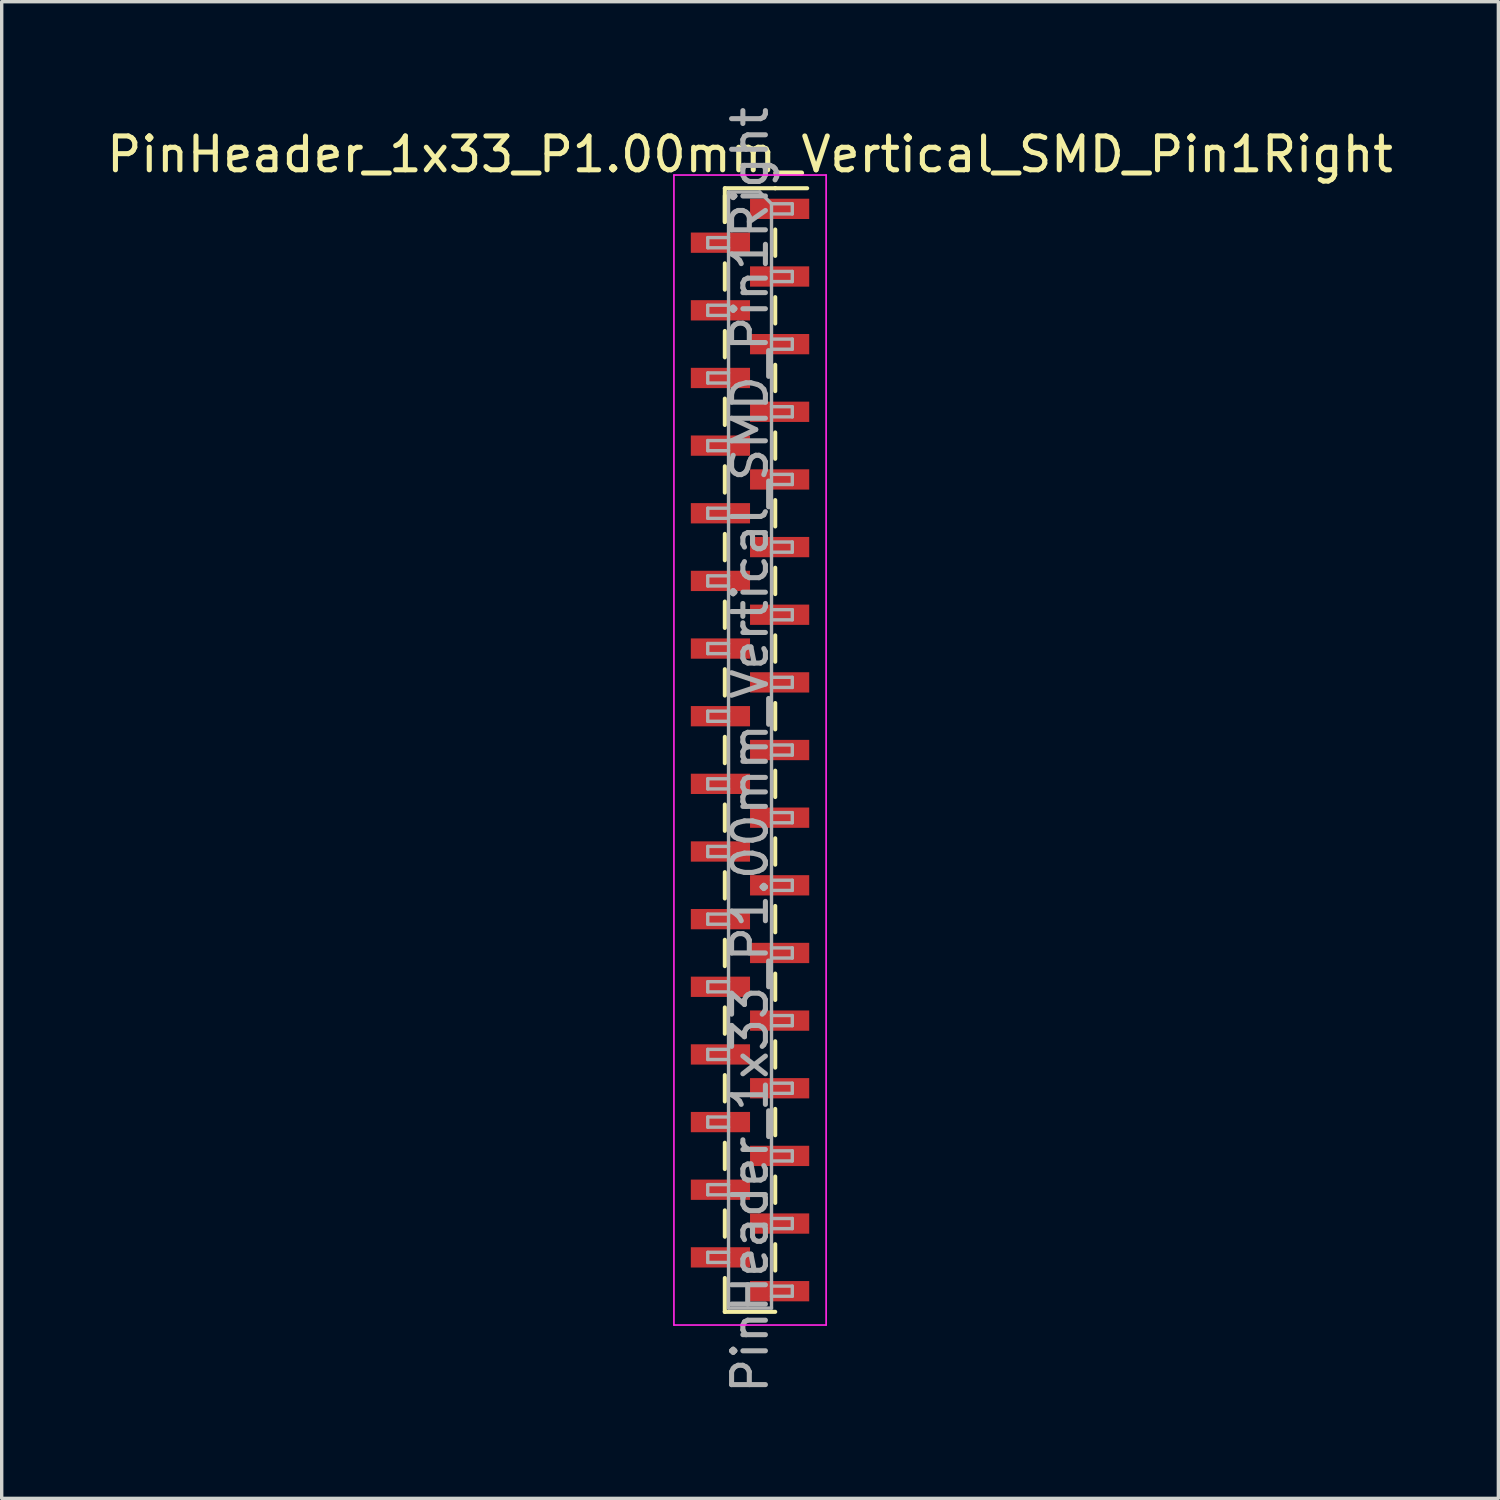
<source format=kicad_pcb>
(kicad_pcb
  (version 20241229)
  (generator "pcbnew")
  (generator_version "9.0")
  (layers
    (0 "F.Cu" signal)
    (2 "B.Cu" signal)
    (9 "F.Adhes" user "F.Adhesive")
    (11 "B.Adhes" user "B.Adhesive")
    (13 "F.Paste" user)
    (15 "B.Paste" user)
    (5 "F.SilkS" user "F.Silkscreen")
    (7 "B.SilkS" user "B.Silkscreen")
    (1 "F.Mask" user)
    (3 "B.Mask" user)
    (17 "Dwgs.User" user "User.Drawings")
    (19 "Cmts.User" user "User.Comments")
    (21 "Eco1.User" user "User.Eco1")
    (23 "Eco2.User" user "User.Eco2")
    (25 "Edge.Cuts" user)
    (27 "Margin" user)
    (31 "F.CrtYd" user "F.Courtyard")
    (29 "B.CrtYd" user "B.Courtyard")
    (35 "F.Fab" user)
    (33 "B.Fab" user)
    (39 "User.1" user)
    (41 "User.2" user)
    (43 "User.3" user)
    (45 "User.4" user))
  (footprint "PinHeader_1x33_P1.00mm_Vertical_SMD_Pin1Right"
    (layer "F.Cu")
    (at 19.125 19.125)
    (property "Reference" "PinHeader_1x33_P1.00mm_Vertical_SMD_Pin1Right" (at 0 -17.61 0) (layer "F.SilkS") (effects (font (size 1 1) (thickness 0.15))))
    (attr smd)
    (fp_line (start -0.745 -16.61) (end -0.745 -15.61) (stroke (width 0.12) (type solid)) (layer "F.SilkS"))
    (fp_line (start -0.745 -16.61) (end 0.745 -16.61) (stroke (width 0.12) (type solid)) (layer "F.SilkS"))
    (fp_line (start -0.745 -16.39) (end -0.745 -15.61) (stroke (width 0.12) (type solid)) (layer "F.SilkS"))
    (fp_line (start -0.745 -14.39) (end -0.745 -13.61) (stroke (width 0.12) (type solid)) (layer "F.SilkS"))
    (fp_line (start -0.745 -12.39) (end -0.745 -11.61) (stroke (width 0.12) (type solid)) (layer "F.SilkS"))
    (fp_line (start -0.745 -10.39) (end -0.745 -9.61) (stroke (width 0.12) (type solid)) (layer "F.SilkS"))
    (fp_line (start -0.745 -8.39) (end -0.745 -7.61) (stroke (width 0.12) (type solid)) (layer "F.SilkS"))
    (fp_line (start -0.745 -6.39) (end -0.745 -5.61) (stroke (width 0.12) (type solid)) (layer "F.SilkS"))
    (fp_line (start -0.745 -4.39) (end -0.745 -3.61) (stroke (width 0.12) (type solid)) (layer "F.SilkS"))
    (fp_line (start -0.745 -2.39) (end -0.745 -1.61) (stroke (width 0.12) (type solid)) (layer "F.SilkS"))
    (fp_line (start -0.745 -0.39) (end -0.745 0.39) (stroke (width 0.12) (type solid)) (layer "F.SilkS"))
    (fp_line (start -0.745 1.61) (end -0.745 2.39) (stroke (width 0.12) (type solid)) (layer "F.SilkS"))
    (fp_line (start -0.745 3.61) (end -0.745 4.39) (stroke (width 0.12) (type solid)) (layer "F.SilkS"))
    (fp_line (start -0.745 5.61) (end -0.745 6.39) (stroke (width 0.12) (type solid)) (layer "F.SilkS"))
    (fp_line (start -0.745 7.61) (end -0.745 8.39) (stroke (width 0.12) (type solid)) (layer "F.SilkS"))
    (fp_line (start -0.745 9.61) (end -0.745 10.39) (stroke (width 0.12) (type solid)) (layer "F.SilkS"))
    (fp_line (start -0.745 11.61) (end -0.745 12.39) (stroke (width 0.12) (type solid)) (layer "F.SilkS"))
    (fp_line (start -0.745 13.61) (end -0.745 14.39) (stroke (width 0.12) (type solid)) (layer "F.SilkS"))
    (fp_line (start -0.745 15.61) (end -0.745 16.61) (stroke (width 0.12) (type solid)) (layer "F.SilkS"))
    (fp_line (start -0.745 16.61) (end -0.745 16.61) (stroke (width 0.12) (type solid)) (layer "F.SilkS"))
    (fp_line (start -0.745 16.61) (end 0.745 16.61) (stroke (width 0.12) (type solid)) (layer "F.SilkS"))
    (fp_line (start 0.745 -16.61) (end 0.745 -16.61) (stroke (width 0.12) (type solid)) (layer "F.SilkS"))
    (fp_line (start 0.745 -16.61) (end 1.69 -16.61) (stroke (width 0.12) (type solid)) (layer "F.SilkS"))
    (fp_line (start 0.745 -15.39) (end 0.745 -14.61) (stroke (width 0.12) (type solid)) (layer "F.SilkS"))
    (fp_line (start 0.745 -13.39) (end 0.745 -12.61) (stroke (width 0.12) (type solid)) (layer "F.SilkS"))
    (fp_line (start 0.745 -11.39) (end 0.745 -10.61) (stroke (width 0.12) (type solid)) (layer "F.SilkS"))
    (fp_line (start 0.745 -9.39) (end 0.745 -8.61) (stroke (width 0.12) (type solid)) (layer "F.SilkS"))
    (fp_line (start 0.745 -7.39) (end 0.745 -6.61) (stroke (width 0.12) (type solid)) (layer "F.SilkS"))
    (fp_line (start 0.745 -5.39) (end 0.745 -4.61) (stroke (width 0.12) (type solid)) (layer "F.SilkS"))
    (fp_line (start 0.745 -3.39) (end 0.745 -2.61) (stroke (width 0.12) (type solid)) (layer "F.SilkS"))
    (fp_line (start 0.745 -1.39) (end 0.745 -0.61) (stroke (width 0.12) (type solid)) (layer "F.SilkS"))
    (fp_line (start 0.745 0.61) (end 0.745 1.39) (stroke (width 0.12) (type solid)) (layer "F.SilkS"))
    (fp_line (start 0.745 2.61) (end 0.745 3.39) (stroke (width 0.12) (type solid)) (layer "F.SilkS"))
    (fp_line (start 0.745 4.61) (end 0.745 5.39) (stroke (width 0.12) (type solid)) (layer "F.SilkS"))
    (fp_line (start 0.745 6.61) (end 0.745 7.39) (stroke (width 0.12) (type solid)) (layer "F.SilkS"))
    (fp_line (start 0.745 8.61) (end 0.745 9.39) (stroke (width 0.12) (type solid)) (layer "F.SilkS"))
    (fp_line (start 0.745 10.61) (end 0.745 11.39) (stroke (width 0.12) (type solid)) (layer "F.SilkS"))
    (fp_line (start 0.745 12.61) (end 0.745 13.39) (stroke (width 0.12) (type solid)) (layer "F.SilkS"))
    (fp_line (start 0.745 14.61) (end 0.745 15.39) (stroke (width 0.12) (type solid)) (layer "F.SilkS"))
    (fp_line (start -2.25 -17) (end -2.25 17) (stroke (width 0.05) (type solid)) (layer "F.CrtYd"))
    (fp_line (start -2.25 17) (end 2.25 17) (stroke (width 0.05) (type solid)) (layer "F.CrtYd"))
    (fp_line (start 2.25 -17) (end -2.25 -17) (stroke (width 0.05) (type solid)) (layer "F.CrtYd"))
    (fp_line (start 2.25 17) (end 2.25 -17) (stroke (width 0.05) (type solid)) (layer "F.CrtYd"))
    (fp_line (start -1.25 -15.15) (end -1.25 -14.85) (stroke (width 0.1) (type solid)) (layer "F.Fab"))
    (fp_line (start -1.25 -14.85) (end -0.635 -14.85) (stroke (width 0.1) (type solid)) (layer "F.Fab"))
    (fp_line (start -1.25 -13.15) (end -1.25 -12.85) (stroke (width 0.1) (type solid)) (layer "F.Fab"))
    (fp_line (start -1.25 -12.85) (end -0.635 -12.85) (stroke (width 0.1) (type solid)) (layer "F.Fab"))
    (fp_line (start -1.25 -11.15) (end -1.25 -10.85) (stroke (width 0.1) (type solid)) (layer "F.Fab"))
    (fp_line (start -1.25 -10.85) (end -0.635 -10.85) (stroke (width 0.1) (type solid)) (layer "F.Fab"))
    (fp_line (start -1.25 -9.15) (end -1.25 -8.85) (stroke (width 0.1) (type solid)) (layer "F.Fab"))
    (fp_line (start -1.25 -8.85) (end -0.635 -8.85) (stroke (width 0.1) (type solid)) (layer "F.Fab"))
    (fp_line (start -1.25 -7.15) (end -1.25 -6.85) (stroke (width 0.1) (type solid)) (layer "F.Fab"))
    (fp_line (start -1.25 -6.85) (end -0.635 -6.85) (stroke (width 0.1) (type solid)) (layer "F.Fab"))
    (fp_line (start -1.25 -5.15) (end -1.25 -4.85) (stroke (width 0.1) (type solid)) (layer "F.Fab"))
    (fp_line (start -1.25 -4.85) (end -0.635 -4.85) (stroke (width 0.1) (type solid)) (layer "F.Fab"))
    (fp_line (start -1.25 -3.15) (end -1.25 -2.85) (stroke (width 0.1) (type solid)) (layer "F.Fab"))
    (fp_line (start -1.25 -2.85) (end -0.635 -2.85) (stroke (width 0.1) (type solid)) (layer "F.Fab"))
    (fp_line (start -1.25 -1.15) (end -1.25 -0.85) (stroke (width 0.1) (type solid)) (layer "F.Fab"))
    (fp_line (start -1.25 -0.85) (end -0.635 -0.85) (stroke (width 0.1) (type solid)) (layer "F.Fab"))
    (fp_line (start -1.25 0.85) (end -1.25 1.15) (stroke (width 0.1) (type solid)) (layer "F.Fab"))
    (fp_line (start -1.25 1.15) (end -0.635 1.15) (stroke (width 0.1) (type solid)) (layer "F.Fab"))
    (fp_line (start -1.25 2.85) (end -1.25 3.15) (stroke (width 0.1) (type solid)) (layer "F.Fab"))
    (fp_line (start -1.25 3.15) (end -0.635 3.15) (stroke (width 0.1) (type solid)) (layer "F.Fab"))
    (fp_line (start -1.25 4.85) (end -1.25 5.15) (stroke (width 0.1) (type solid)) (layer "F.Fab"))
    (fp_line (start -1.25 5.15) (end -0.635 5.15) (stroke (width 0.1) (type solid)) (layer "F.Fab"))
    (fp_line (start -1.25 6.85) (end -1.25 7.15) (stroke (width 0.1) (type solid)) (layer "F.Fab"))
    (fp_line (start -1.25 7.15) (end -0.635 7.15) (stroke (width 0.1) (type solid)) (layer "F.Fab"))
    (fp_line (start -1.25 8.85) (end -1.25 9.15) (stroke (width 0.1) (type solid)) (layer "F.Fab"))
    (fp_line (start -1.25 9.15) (end -0.635 9.15) (stroke (width 0.1) (type solid)) (layer "F.Fab"))
    (fp_line (start -1.25 10.85) (end -1.25 11.15) (stroke (width 0.1) (type solid)) (layer "F.Fab"))
    (fp_line (start -1.25 11.15) (end -0.635 11.15) (stroke (width 0.1) (type solid)) (layer "F.Fab"))
    (fp_line (start -1.25 12.85) (end -1.25 13.15) (stroke (width 0.1) (type solid)) (layer "F.Fab"))
    (fp_line (start -1.25 13.15) (end -0.635 13.15) (stroke (width 0.1) (type solid)) (layer "F.Fab"))
    (fp_line (start -1.25 14.85) (end -1.25 15.15) (stroke (width 0.1) (type solid)) (layer "F.Fab"))
    (fp_line (start -1.25 15.15) (end -0.635 15.15) (stroke (width 0.1) (type solid)) (layer "F.Fab"))
    (fp_line (start -0.635 -16.5) (end -0.635 16.5) (stroke (width 0.1) (type solid)) (layer "F.Fab"))
    (fp_line (start -0.635 -16.5) (end 0.285 -16.5) (stroke (width 0.1) (type solid)) (layer "F.Fab"))
    (fp_line (start -0.635 -15.15) (end -1.25 -15.15) (stroke (width 0.1) (type solid)) (layer "F.Fab"))
    (fp_line (start -0.635 -13.15) (end -1.25 -13.15) (stroke (width 0.1) (type solid)) (layer "F.Fab"))
    (fp_line (start -0.635 -11.15) (end -1.25 -11.15) (stroke (width 0.1) (type solid)) (layer "F.Fab"))
    (fp_line (start -0.635 -9.15) (end -1.25 -9.15) (stroke (width 0.1) (type solid)) (layer "F.Fab"))
    (fp_line (start -0.635 -7.15) (end -1.25 -7.15) (stroke (width 0.1) (type solid)) (layer "F.Fab"))
    (fp_line (start -0.635 -5.15) (end -1.25 -5.15) (stroke (width 0.1) (type solid)) (layer "F.Fab"))
    (fp_line (start -0.635 -3.15) (end -1.25 -3.15) (stroke (width 0.1) (type solid)) (layer "F.Fab"))
    (fp_line (start -0.635 -1.15) (end -1.25 -1.15) (stroke (width 0.1) (type solid)) (layer "F.Fab"))
    (fp_line (start -0.635 0.85) (end -1.25 0.85) (stroke (width 0.1) (type solid)) (layer "F.Fab"))
    (fp_line (start -0.635 2.85) (end -1.25 2.85) (stroke (width 0.1) (type solid)) (layer "F.Fab"))
    (fp_line (start -0.635 4.85) (end -1.25 4.85) (stroke (width 0.1) (type solid)) (layer "F.Fab"))
    (fp_line (start -0.635 6.85) (end -1.25 6.85) (stroke (width 0.1) (type solid)) (layer "F.Fab"))
    (fp_line (start -0.635 8.85) (end -1.25 8.85) (stroke (width 0.1) (type solid)) (layer "F.Fab"))
    (fp_line (start -0.635 10.85) (end -1.25 10.85) (stroke (width 0.1) (type solid)) (layer "F.Fab"))
    (fp_line (start -0.635 12.85) (end -1.25 12.85) (stroke (width 0.1) (type solid)) (layer "F.Fab"))
    (fp_line (start -0.635 14.85) (end -1.25 14.85) (stroke (width 0.1) (type solid)) (layer "F.Fab"))
    (fp_line (start 0.635 -16.15) (end 0.285 -16.5) (stroke (width 0.1) (type solid)) (layer "F.Fab"))
    (fp_line (start 0.635 -16.15) (end 1.25 -16.15) (stroke (width 0.1) (type solid)) (layer "F.Fab"))
    (fp_line (start 0.635 -14.15) (end 1.25 -14.15) (stroke (width 0.1) (type solid)) (layer "F.Fab"))
    (fp_line (start 0.635 -12.15) (end 1.25 -12.15) (stroke (width 0.1) (type solid)) (layer "F.Fab"))
    (fp_line (start 0.635 -10.15) (end 1.25 -10.15) (stroke (width 0.1) (type solid)) (layer "F.Fab"))
    (fp_line (start 0.635 -8.15) (end 1.25 -8.15) (stroke (width 0.1) (type solid)) (layer "F.Fab"))
    (fp_line (start 0.635 -6.15) (end 1.25 -6.15) (stroke (width 0.1) (type solid)) (layer "F.Fab"))
    (fp_line (start 0.635 -4.15) (end 1.25 -4.15) (stroke (width 0.1) (type solid)) (layer "F.Fab"))
    (fp_line (start 0.635 -2.15) (end 1.25 -2.15) (stroke (width 0.1) (type solid)) (layer "F.Fab"))
    (fp_line (start 0.635 -0.15) (end 1.25 -0.15) (stroke (width 0.1) (type solid)) (layer "F.Fab"))
    (fp_line (start 0.635 1.85) (end 1.25 1.85) (stroke (width 0.1) (type solid)) (layer "F.Fab"))
    (fp_line (start 0.635 3.85) (end 1.25 3.85) (stroke (width 0.1) (type solid)) (layer "F.Fab"))
    (fp_line (start 0.635 5.85) (end 1.25 5.85) (stroke (width 0.1) (type solid)) (layer "F.Fab"))
    (fp_line (start 0.635 7.85) (end 1.25 7.85) (stroke (width 0.1) (type solid)) (layer "F.Fab"))
    (fp_line (start 0.635 9.85) (end 1.25 9.85) (stroke (width 0.1) (type solid)) (layer "F.Fab"))
    (fp_line (start 0.635 11.85) (end 1.25 11.85) (stroke (width 0.1) (type solid)) (layer "F.Fab"))
    (fp_line (start 0.635 13.85) (end 1.25 13.85) (stroke (width 0.1) (type solid)) (layer "F.Fab"))
    (fp_line (start 0.635 15.85) (end 1.25 15.85) (stroke (width 0.1) (type solid)) (layer "F.Fab"))
    (fp_line (start 0.635 16.5) (end -0.635 16.5) (stroke (width 0.1) (type solid)) (layer "F.Fab"))
    (fp_line (start 0.635 16.5) (end 0.635 -16.15) (stroke (width 0.1) (type solid)) (layer "F.Fab"))
    (fp_line (start 1.25 -16.15) (end 1.25 -15.85) (stroke (width 0.1) (type solid)) (layer "F.Fab"))
    (fp_line (start 1.25 -15.85) (end 0.635 -15.85) (stroke (width 0.1) (type solid)) (layer "F.Fab"))
    (fp_line (start 1.25 -14.15) (end 1.25 -13.85) (stroke (width 0.1) (type solid)) (layer "F.Fab"))
    (fp_line (start 1.25 -13.85) (end 0.635 -13.85) (stroke (width 0.1) (type solid)) (layer "F.Fab"))
    (fp_line (start 1.25 -12.15) (end 1.25 -11.85) (stroke (width 0.1) (type solid)) (layer "F.Fab"))
    (fp_line (start 1.25 -11.85) (end 0.635 -11.85) (stroke (width 0.1) (type solid)) (layer "F.Fab"))
    (fp_line (start 1.25 -10.15) (end 1.25 -9.85) (stroke (width 0.1) (type solid)) (layer "F.Fab"))
    (fp_line (start 1.25 -9.85) (end 0.635 -9.85) (stroke (width 0.1) (type solid)) (layer "F.Fab"))
    (fp_line (start 1.25 -8.15) (end 1.25 -7.85) (stroke (width 0.1) (type solid)) (layer "F.Fab"))
    (fp_line (start 1.25 -7.85) (end 0.635 -7.85) (stroke (width 0.1) (type solid)) (layer "F.Fab"))
    (fp_line (start 1.25 -6.15) (end 1.25 -5.85) (stroke (width 0.1) (type solid)) (layer "F.Fab"))
    (fp_line (start 1.25 -5.85) (end 0.635 -5.85) (stroke (width 0.1) (type solid)) (layer "F.Fab"))
    (fp_line (start 1.25 -4.15) (end 1.25 -3.85) (stroke (width 0.1) (type solid)) (layer "F.Fab"))
    (fp_line (start 1.25 -3.85) (end 0.635 -3.85) (stroke (width 0.1) (type solid)) (layer "F.Fab"))
    (fp_line (start 1.25 -2.15) (end 1.25 -1.85) (stroke (width 0.1) (type solid)) (layer "F.Fab"))
    (fp_line (start 1.25 -1.85) (end 0.635 -1.85) (stroke (width 0.1) (type solid)) (layer "F.Fab"))
    (fp_line (start 1.25 -0.15) (end 1.25 0.15) (stroke (width 0.1) (type solid)) (layer "F.Fab"))
    (fp_line (start 1.25 0.15) (end 0.635 0.15) (stroke (width 0.1) (type solid)) (layer "F.Fab"))
    (fp_line (start 1.25 1.85) (end 1.25 2.15) (stroke (width 0.1) (type solid)) (layer "F.Fab"))
    (fp_line (start 1.25 2.15) (end 0.635 2.15) (stroke (width 0.1) (type solid)) (layer "F.Fab"))
    (fp_line (start 1.25 3.85) (end 1.25 4.15) (stroke (width 0.1) (type solid)) (layer "F.Fab"))
    (fp_line (start 1.25 4.15) (end 0.635 4.15) (stroke (width 0.1) (type solid)) (layer "F.Fab"))
    (fp_line (start 1.25 5.85) (end 1.25 6.15) (stroke (width 0.1) (type solid)) (layer "F.Fab"))
    (fp_line (start 1.25 6.15) (end 0.635 6.15) (stroke (width 0.1) (type solid)) (layer "F.Fab"))
    (fp_line (start 1.25 7.85) (end 1.25 8.15) (stroke (width 0.1) (type solid)) (layer "F.Fab"))
    (fp_line (start 1.25 8.15) (end 0.635 8.15) (stroke (width 0.1) (type solid)) (layer "F.Fab"))
    (fp_line (start 1.25 9.85) (end 1.25 10.15) (stroke (width 0.1) (type solid)) (layer "F.Fab"))
    (fp_line (start 1.25 10.15) (end 0.635 10.15) (stroke (width 0.1) (type solid)) (layer "F.Fab"))
    (fp_line (start 1.25 11.85) (end 1.25 12.15) (stroke (width 0.1) (type solid)) (layer "F.Fab"))
    (fp_line (start 1.25 12.15) (end 0.635 12.15) (stroke (width 0.1) (type solid)) (layer "F.Fab"))
    (fp_line (start 1.25 13.85) (end 1.25 14.15) (stroke (width 0.1) (type solid)) (layer "F.Fab"))
    (fp_line (start 1.25 14.15) (end 0.635 14.15) (stroke (width 0.1) (type solid)) (layer "F.Fab"))
    (fp_line (start 1.25 15.85) (end 1.25 16.15) (stroke (width 0.1) (type solid)) (layer "F.Fab"))
    (fp_line (start 1.25 16.15) (end 0.635 16.15) (stroke (width 0.1) (type solid)) (layer "F.Fab"))
    (fp_text user "${REFERENCE}" (at 0 0 90) (layer "F.Fab") (effects (font (size 1 1) (thickness 0.15))))
    (pad "1" smd rect (at 0.875 -16) (size 1.75 0.6) (layers "F.Cu" "F.Mask" "F.Paste"))
    (pad "2" smd rect (at -0.875 -15) (size 1.75 0.6) (layers "F.Cu" "F.Mask" "F.Paste"))
    (pad "3" smd rect (at 0.875 -14) (size 1.75 0.6) (layers "F.Cu" "F.Mask" "F.Paste"))
    (pad "4" smd rect (at -0.875 -13) (size 1.75 0.6) (layers "F.Cu" "F.Mask" "F.Paste"))
    (pad "5" smd rect (at 0.875 -12) (size 1.75 0.6) (layers "F.Cu" "F.Mask" "F.Paste"))
    (pad "6" smd rect (at -0.875 -11) (size 1.75 0.6) (layers "F.Cu" "F.Mask" "F.Paste"))
    (pad "7" smd rect (at 0.875 -10) (size 1.75 0.6) (layers "F.Cu" "F.Mask" "F.Paste"))
    (pad "8" smd rect (at -0.875 -9) (size 1.75 0.6) (layers "F.Cu" "F.Mask" "F.Paste"))
    (pad "9" smd rect (at 0.875 -8) (size 1.75 0.6) (layers "F.Cu" "F.Mask" "F.Paste"))
    (pad "10" smd rect (at -0.875 -7) (size 1.75 0.6) (layers "F.Cu" "F.Mask" "F.Paste"))
    (pad "11" smd rect (at 0.875 -6) (size 1.75 0.6) (layers "F.Cu" "F.Mask" "F.Paste"))
    (pad "12" smd rect (at -0.875 -5) (size 1.75 0.6) (layers "F.Cu" "F.Mask" "F.Paste"))
    (pad "13" smd rect (at 0.875 -4) (size 1.75 0.6) (layers "F.Cu" "F.Mask" "F.Paste"))
    (pad "14" smd rect (at -0.875 -3) (size 1.75 0.6) (layers "F.Cu" "F.Mask" "F.Paste"))
    (pad "15" smd rect (at 0.875 -2) (size 1.75 0.6) (layers "F.Cu" "F.Mask" "F.Paste"))
    (pad "16" smd rect (at -0.875 -1) (size 1.75 0.6) (layers "F.Cu" "F.Mask" "F.Paste"))
    (pad "17" smd rect (at 0.875 0) (size 1.75 0.6) (layers "F.Cu" "F.Mask" "F.Paste"))
    (pad "18" smd rect (at -0.875 1) (size 1.75 0.6) (layers "F.Cu" "F.Mask" "F.Paste"))
    (pad "19" smd rect (at 0.875 2) (size 1.75 0.6) (layers "F.Cu" "F.Mask" "F.Paste"))
    (pad "20" smd rect (at -0.875 3) (size 1.75 0.6) (layers "F.Cu" "F.Mask" "F.Paste"))
    (pad "21" smd rect (at 0.875 4) (size 1.75 0.6) (layers "F.Cu" "F.Mask" "F.Paste"))
    (pad "22" smd rect (at -0.875 5) (size 1.75 0.6) (layers "F.Cu" "F.Mask" "F.Paste"))
    (pad "23" smd rect (at 0.875 6) (size 1.75 0.6) (layers "F.Cu" "F.Mask" "F.Paste"))
    (pad "24" smd rect (at -0.875 7) (size 1.75 0.6) (layers "F.Cu" "F.Mask" "F.Paste"))
    (pad "25" smd rect (at 0.875 8) (size 1.75 0.6) (layers "F.Cu" "F.Mask" "F.Paste"))
    (pad "26" smd rect (at -0.875 9) (size 1.75 0.6) (layers "F.Cu" "F.Mask" "F.Paste"))
    (pad "27" smd rect (at 0.875 10) (size 1.75 0.6) (layers "F.Cu" "F.Mask" "F.Paste"))
    (pad "28" smd rect (at -0.875 11) (size 1.75 0.6) (layers "F.Cu" "F.Mask" "F.Paste"))
    (pad "29" smd rect (at 0.875 12) (size 1.75 0.6) (layers "F.Cu" "F.Mask" "F.Paste"))
    (pad "30" smd rect (at -0.875 13) (size 1.75 0.6) (layers "F.Cu" "F.Mask" "F.Paste"))
    (pad "31" smd rect (at 0.875 14) (size 1.75 0.6) (layers "F.Cu" "F.Mask" "F.Paste"))
    (pad "32" smd rect (at -0.875 15) (size 1.75 0.6) (layers "F.Cu" "F.Mask" "F.Paste"))
    (pad "33" smd rect (at 0.875 16) (size 1.75 0.6) (layers "F.Cu" "F.Mask" "F.Paste")))
  (gr_rect
    (start -3 -3)
    (end 41.25 41.25)
    (stroke (width 0.1) (type default))
    (fill no)
    (layer "Edge.Cuts")))
</source>
